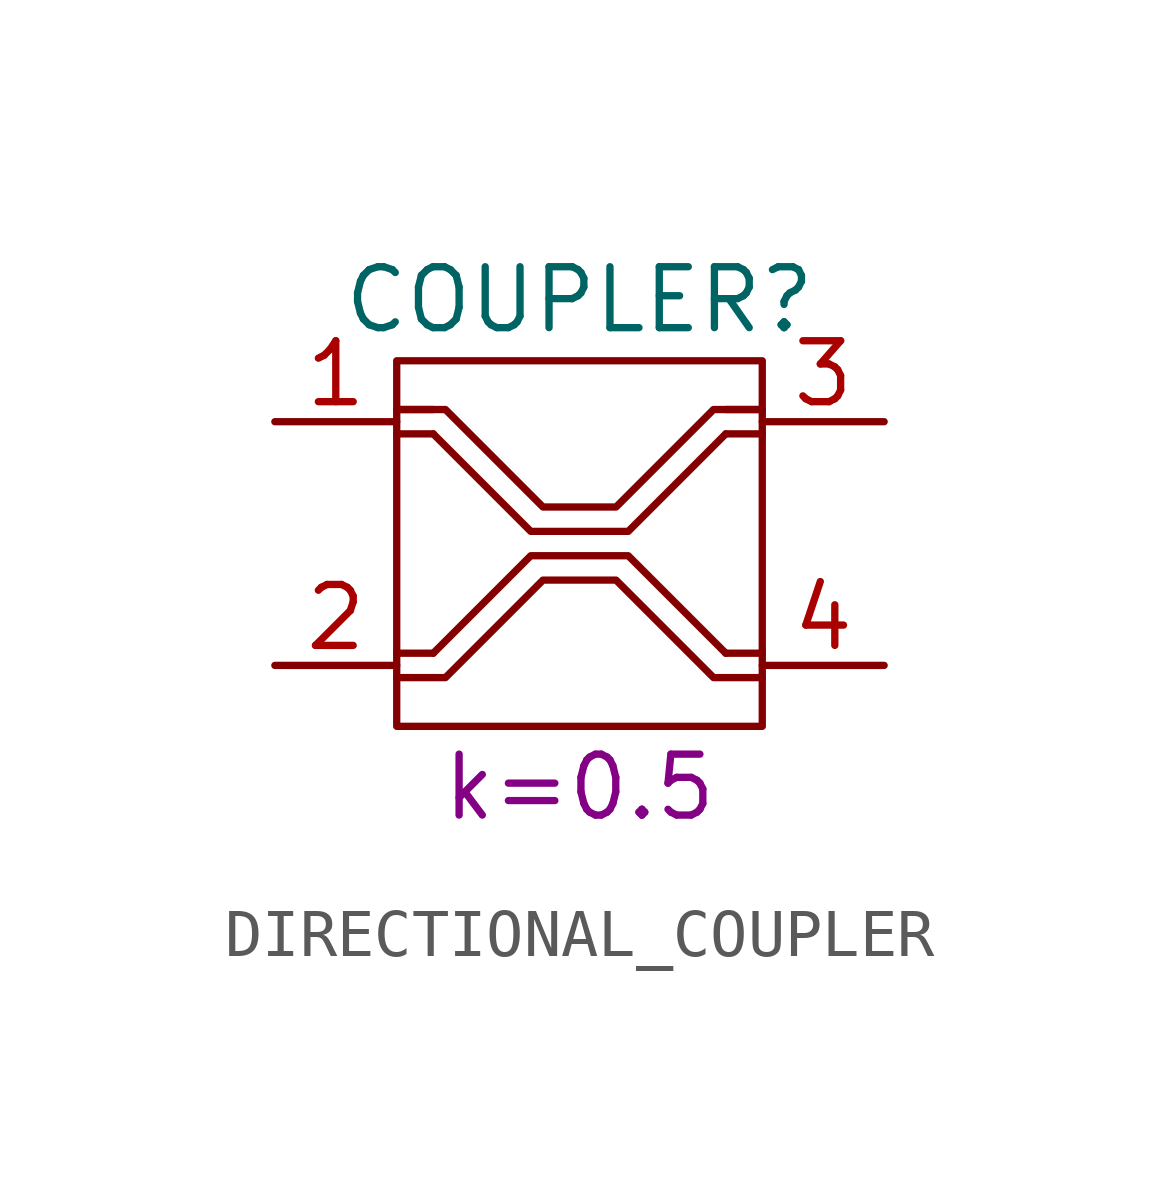
<source format=kicad_sym>
(kicad_symbol_lib
  (version 20220914)
  (generator kicad_symbol_editor)
  (symbol "DIRECTIONAL_COUPLER"
    (property "Reference" "COUPLER"
      (at 0 5.08 0)
      (do_not_autoplace)
      (effects (font (size 1.27 1.27))))
    (property "Sim.Params" "k=0.5"
      (at 0 -5.08 0)
      (effects (font (size 1.27 1.27))))
    (symbol "DIRECTIONAL_COUPLER_0_1"
      (rectangle (start -3.81 3.81) (end 3.81 -3.81) (stroke (width 0) (type default)) (fill (type none)))
      (polyline (pts (xy -3.81 -2.286) (xy -3.048 -2.286)) (stroke (width 0) (type default)) (fill (type none)))
      (polyline (pts (xy -3.81 2.286) (xy -3.048 2.286)) (stroke (width 0) (type default)) (fill (type none)))
      (polyline (pts (xy -3.81 2.794) (xy -3.048 2.794)) (stroke (width 0) (type default)) (fill (type none)))
      (polyline (pts (xy 3.81 -2.286) (xy 3.048 -2.286)) (stroke (width 0) (type default)) (fill (type none)))
      (polyline (pts (xy 3.81 2.286) (xy 3.048 2.286)) (stroke (width 0) (type default)) (fill (type none)))
      (polyline (pts (xy 3.81 2.794) (xy 3.048 2.794)) (stroke (width 0) (type default)) (fill (type none)))
      (polyline (pts (xy -3.048 2.286) (xy -1.016 0.254) (xy 1.016 0.254) (xy 3.048 2.286)) (stroke (width 0) (type default)) (fill (type none)))
      (polyline (pts (xy 3.048 -2.286) (xy 1.016 -0.254) (xy -1.016 -0.254) (xy -3.048 -2.286)) (stroke (width 0) (type default)) (fill (type none)))
      (polyline (pts (xy -3.81 2.794) (xy -2.794 2.794) (xy -0.762 0.762) (xy 0 0.762) (xy 0.762 0.762) (xy 2.794 2.794) (xy 3.81 2.794)) (stroke (width 0) (type default)) (fill (type none)))
      (polyline (pts (xy 3.81 -2.794) (xy 2.794 -2.794) (xy 0.762 -0.762) (xy 0 -0.762) (xy -0.762 -0.762) (xy -2.794 -2.794) (xy -3.81 -2.794)) (stroke (width 0) (type default)) (fill (type none))))
    (symbol "DIRECTIONAL_COUPLER_1_1"
      (pin input line (at -6.35 2.54 0) (length 2.54) (name "" (effects (font (size 1.27 1.27)))) (number "1" (effects (font (size 1.27 1.27)))))
      (pin input line (at -6.35 -2.54 0) (length 2.54) (name "" (effects (font (size 1.27 1.27)))) (number "2" (effects (font (size 1.27 1.27)))))
      (pin output line (at 6.35 2.54 180) (length 2.54) (name "" (effects (font (size 1.27 1.27)))) (number "3" (effects (font (size 1.27 1.27)))))
      (pin output line (at 6.35 -2.54 180) (length 2.54) (name "" (effects (font (size 1.27 1.27)))) (number "4" (effects (font (size 1.27 1.27))))))))
</source>
